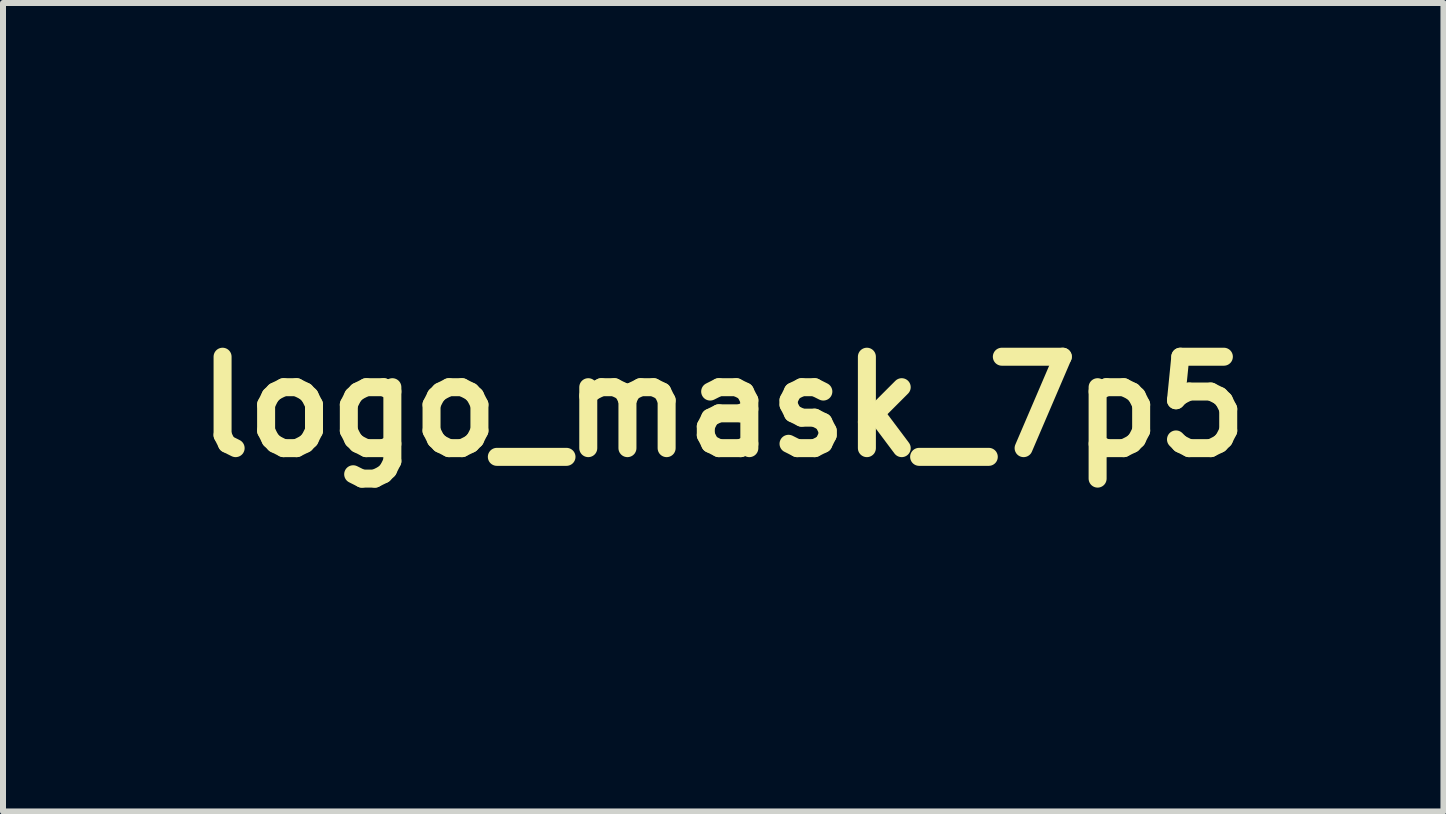
<source format=kicad_pcb>
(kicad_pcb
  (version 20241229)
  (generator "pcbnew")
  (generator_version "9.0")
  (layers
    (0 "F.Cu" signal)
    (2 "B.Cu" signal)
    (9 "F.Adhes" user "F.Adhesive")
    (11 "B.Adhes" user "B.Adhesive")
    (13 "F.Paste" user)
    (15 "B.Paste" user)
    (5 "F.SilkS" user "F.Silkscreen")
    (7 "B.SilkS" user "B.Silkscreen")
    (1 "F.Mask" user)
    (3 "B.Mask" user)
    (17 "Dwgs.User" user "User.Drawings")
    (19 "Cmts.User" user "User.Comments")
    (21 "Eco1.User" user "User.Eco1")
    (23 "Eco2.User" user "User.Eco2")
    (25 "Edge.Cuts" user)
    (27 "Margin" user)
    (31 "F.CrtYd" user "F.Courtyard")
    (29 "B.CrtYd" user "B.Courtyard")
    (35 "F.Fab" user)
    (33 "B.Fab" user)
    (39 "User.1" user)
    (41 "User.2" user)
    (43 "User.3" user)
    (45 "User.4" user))
  (footprint "logo_mask_7p5"
    (layer "F.Cu")
    (at 9.006 3.731)
    (property "Reference" "logo_mask_7p5" (at 0 0 0) (layer "F.SilkS") (effects (font (size 1.524 1.524) (thickness 0.3))))
    (attr through_hole)
    (fp_poly (pts (xy -0.684 -3.027) (xy -0.624 -2.983) (xy -0.59 -2.946) (xy -0.574 -2.91) (xy -0.568 -2.862) (xy -0.568 -2.837) (xy -0.568 -2.747) (xy -0.395 -2.577) (xy -0.222 -2.406) (xy 1.245 -2.406) (xy 1.709 -1.942) (xy 2.172 -1.479) (xy 2.172 -0.574) (xy 2.223 -0.526) (xy 2.272 -0.461) (xy 2.294 -0.391) (xy 2.291 -0.323) (xy 2.268 -0.259) (xy 2.228 -0.206) (xy 2.174 -0.168) (xy 2.109 -0.15) (xy 2.038 -0.156) (xy 1.977 -0.183) (xy 1.92 -0.234) (xy 1.883 -0.3) (xy 1.872 -0.36) (xy 1.872 -0.361) (xy 2.012 -0.361) (xy 2.02 -0.338) (xy 2.037 -0.319) (xy 2.067 -0.292) (xy 2.089 -0.286) (xy 2.118 -0.299) (xy 2.123 -0.301) (xy 2.15 -0.331) (xy 2.154 -0.369) (xy 2.14 -0.405) (xy 2.111 -0.429) (xy 2.079 -0.432) (xy 2.049 -0.414) (xy 2.027 -0.39) (xy 2.012 -0.361) (xy 1.872 -0.361) (xy 1.881 -0.414) (xy 1.904 -0.471) (xy 1.935 -0.517) (xy 1.957 -0.536) (xy 1.967 -0.543) (xy 1.974 -0.555) (xy 1.98 -0.577) (xy 1.984 -0.611) (xy 1.986 -0.663) (xy 1.988 -0.736) (xy 1.988 -0.835) (xy 1.989 -0.962) (xy 1.989 -1.379) (xy 1.566 -1.801) (xy 1.144 -2.223) (xy -0.31 -2.223) (xy -0.51 -2.423) (xy -0.587 -2.5) (xy -0.646 -2.555) (xy -0.69 -2.592) (xy -0.723 -2.614) (xy -0.747 -2.623) (xy -0.756 -2.624) (xy -0.838 -2.638) (xy -0.906 -2.676) (xy -0.954 -2.733) (xy -0.981 -2.802) (xy -0.981 -2.824) (xy -0.842 -2.824) (xy -0.835 -2.806) (xy -0.806 -2.781) (xy -0.765 -2.778) (xy -0.726 -2.796) (xy -0.712 -2.812) (xy -0.704 -2.85) (xy -0.723 -2.883) (xy -0.765 -2.903) (xy -0.773 -2.904) (xy -0.816 -2.896) (xy -0.841 -2.866) (xy -0.842 -2.824) (xy -0.981 -2.824) (xy -0.981 -2.878) (xy -0.953 -2.953) (xy -0.952 -2.955) (xy -0.899 -3.013) (xy -0.832 -3.045) (xy -0.758 -3.05) (xy -0.684 -3.027)) (stroke (width 0.01) (type solid)) (fill yes) (layer "F.Mask"))
    (fp_poly (pts (xy 0.309 -3.211) (xy 0.373 -3.173) (xy 0.407 -3.134) (xy 0.435 -3.091) (xy 1.379 -3.091) (xy 2.085 -2.385) (xy 2.791 -1.679) (xy 2.791 -1.408) (xy 2.791 -1.307) (xy 2.792 -1.234) (xy 2.795 -1.185) (xy 2.799 -1.153) (xy 2.807 -1.134) (xy 2.817 -1.124) (xy 2.824 -1.12) (xy 2.868 -1.079) (xy 2.896 -1.018) (xy 2.906 -0.946) (xy 2.897 -0.873) (xy 2.882 -0.835) (xy 2.838 -0.782) (xy 2.773 -0.749) (xy 2.699 -0.736) (xy 2.623 -0.746) (xy 2.586 -0.761) (xy 2.537 -0.805) (xy 2.505 -0.866) (xy 2.492 -0.937) (xy 2.493 -0.957) (xy 2.628 -0.957) (xy 2.63 -0.921) (xy 2.65 -0.895) (xy 2.687 -0.871) (xy 2.723 -0.879) (xy 2.75 -0.903) (xy 2.77 -0.936) (xy 2.764 -0.965) (xy 2.727 -1.006) (xy 2.689 -1.013) (xy 2.658 -0.995) (xy 2.628 -0.957) (xy 2.493 -0.957) (xy 2.497 -1.008) (xy 2.522 -1.07) (xy 2.566 -1.115) (xy 2.574 -1.12) (xy 2.587 -1.129) (xy 2.596 -1.145) (xy 2.602 -1.173) (xy 2.605 -1.219) (xy 2.607 -1.287) (xy 2.607 -1.358) (xy 2.607 -1.579) (xy 1.947 -2.239) (xy 1.287 -2.899) (xy 0.859 -2.905) (xy 0.728 -2.907) (xy 0.626 -2.907) (xy 0.55 -2.907) (xy 0.494 -2.905) (xy 0.456 -2.902) (xy 0.43 -2.897) (xy 0.412 -2.89) (xy 0.399 -2.881) (xy 0.395 -2.878) (xy 0.318 -2.827) (xy 0.235 -2.807) (xy 0.152 -2.818) (xy 0.116 -2.833) (xy 0.063 -2.878) (xy 0.029 -2.942) (xy 0.018 -3.008) (xy 0.154 -3.008) (xy 0.175 -2.975) (xy 0.213 -2.946) (xy 0.249 -2.948) (xy 0.275 -2.967) (xy 0.298 -3.004) (xy 0.29 -3.04) (xy 0.266 -3.067) (xy 0.227 -3.086) (xy 0.19 -3.072) (xy 0.161 -3.037) (xy 0.154 -3.008) (xy 0.018 -3.008) (xy 0.017 -3.015) (xy 0.028 -3.089) (xy 0.044 -3.124) (xy 0.095 -3.181) (xy 0.162 -3.215) (xy 0.236 -3.225) (xy 0.309 -3.211)) (stroke (width 0.01) (type solid)) (fill yes) (layer "F.Mask"))
    (fp_poly (pts (xy 1.412 1.112) (xy 1.476 1.142) (xy 1.524 1.194) (xy 1.529 1.203) (xy 1.553 1.28) (xy 1.55 1.357) (xy 1.523 1.425) (xy 1.476 1.479) (xy 1.411 1.513) (xy 1.355 1.521) (xy 1.336 1.523) (xy 1.314 1.534) (xy 1.286 1.555) (xy 1.249 1.589) (xy 1.199 1.641) (xy 1.134 1.713) (xy 1.074 1.779) (xy 0.844 2.038) (xy 0.339 2.038) (xy 0.196 2.039) (xy 0.082 2.039) (xy -0.006 2.04) (xy -0.072 2.042) (xy -0.118 2.045) (xy -0.15 2.049) (xy -0.169 2.055) (xy -0.181 2.062) (xy -0.187 2.069) (xy -0.244 2.121) (xy -0.317 2.15) (xy -0.396 2.154) (xy -0.47 2.131) (xy -0.528 2.082) (xy -0.56 2.012) (xy -0.567 1.955) (xy -0.432 1.955) (xy -0.407 1.997) (xy -0.369 2.018) (xy -0.331 2.006) (xy -0.307 1.978) (xy -0.293 1.95) (xy -0.3 1.924) (xy -0.315 1.904) (xy -0.342 1.877) (xy -0.368 1.875) (xy -0.391 1.884) (xy -0.426 1.915) (xy -0.432 1.955) (xy -0.567 1.955) (xy -0.568 1.943) (xy -0.558 1.863) (xy -0.524 1.804) (xy -0.468 1.763) (xy -0.389 1.739) (xy -0.31 1.744) (xy -0.237 1.776) (xy -0.187 1.825) (xy -0.173 1.836) (xy -0.145 1.845) (xy -0.103 1.851) (xy -0.042 1.854) (xy 0.04 1.855) (xy 0.147 1.854) (xy 0.28 1.851) (xy 0.443 1.845) (xy 0.479 1.844) (xy 0.766 1.833) (xy 0.954 1.619) (xy 1.023 1.54) (xy 1.073 1.482) (xy 1.106 1.44) (xy 1.126 1.408) (xy 1.136 1.383) (xy 1.139 1.358) (xy 1.139 1.331) (xy 1.139 1.33) (xy 1.139 1.32) (xy 1.274 1.32) (xy 1.294 1.353) (xy 1.329 1.382) (xy 1.359 1.381) (xy 1.39 1.359) (xy 1.417 1.324) (xy 1.412 1.291) (xy 1.386 1.261) (xy 1.347 1.242) (xy 1.309 1.256) (xy 1.28 1.291) (xy 1.274 1.32) (xy 1.139 1.32) (xy 1.143 1.263) (xy 1.16 1.206) (xy 1.16 1.205) (xy 1.206 1.15) (xy 1.268 1.116) (xy 1.34 1.103) (xy 1.412 1.112)) (stroke (width 0.01) (type solid)) (fill yes) (layer "F.Mask"))
    (fp_poly (pts (xy 0.815 -1.149) (xy 1.019 -0.944) (xy 1.019 -0.325) (xy 0.814 -0.121) (xy 0.609 0.084) (xy 0.339 0.084) (xy 0.238 0.084) (xy 0.165 0.085) (xy 0.115 0.088) (xy 0.083 0.092) (xy 0.065 0.1) (xy 0.054 0.11) (xy 0.05 0.117) (xy 0.008 0.164) (xy -0.053 0.191) (xy -0.123 0.199) (xy -0.193 0.188) (xy -0.256 0.159) (xy -0.303 0.111) (xy -0.309 0.101) (xy -0.334 0.021) (xy -0.333 -0.021) (xy -0.196 -0.021) (xy -0.194 0.015) (xy -0.174 0.041) (xy -0.137 0.064) (xy -0.101 0.056) (xy -0.074 0.032) (xy -0.054 -0.000468) (xy -0.06 -0.029) (xy -0.097 -0.07) (xy -0.135 -0.077) (xy -0.166 -0.059) (xy -0.196 -0.021) (xy -0.333 -0.021) (xy -0.331 -0.056) (xy -0.302 -0.125) (xy -0.251 -0.178) (xy -0.181 -0.21) (xy -0.124 -0.217) (xy -0.069 -0.208) (xy -0.012 -0.185) (xy 0.034 -0.154) (xy 0.056 -0.125) (xy 0.066 -0.115) (xy 0.089 -0.108) (xy 0.13 -0.103) (xy 0.194 -0.101) (xy 0.287 -0.1) (xy 0.297 -0.1) (xy 0.529 -0.1) (xy 0.682 -0.257) (xy 0.836 -0.413) (xy 0.836 -0.861) (xy 0.681 -1.015) (xy 0.526 -1.17) (xy -0.594 -1.17) (xy -0.748 -1.015) (xy -0.902 -0.86) (xy -0.902 0.845) (xy -0.747 0.999) (xy -0.593 1.153) (xy 0.527 1.153) (xy 0.64 1.04) (xy 0.752 0.927) (xy 0.752 0.829) (xy 0.753 0.806) (xy 0.888 0.806) (xy 0.896 0.849) (xy 0.913 0.872) (xy 0.943 0.897) (xy 0.969 0.897) (xy 1.002 0.869) (xy 1.004 0.868) (xy 1.027 0.84) (xy 1.026 0.817) (xy 1.014 0.797) (xy 0.977 0.762) (xy 0.936 0.756) (xy 0.91 0.769) (xy 0.888 0.806) (xy 0.753 0.806) (xy 0.754 0.771) (xy 0.763 0.733) (xy 0.785 0.7) (xy 0.809 0.675) (xy 0.851 0.639) (xy 0.891 0.622) (xy 0.943 0.618) (xy 1.031 0.63) (xy 1.097 0.664) (xy 1.142 0.724) (xy 1.144 0.728) (xy 1.166 0.807) (xy 1.159 0.883) (xy 1.127 0.95) (xy 1.073 1.001) (xy 1.001 1.029) (xy 0.99 1.031) (xy 0.959 1.038) (xy 0.928 1.052) (xy 0.892 1.078) (xy 0.846 1.119) (xy 0.784 1.18) (xy 0.767 1.197) (xy 0.611 1.354) (xy -0.677 1.354) (xy -0.882 1.149) (xy -1.086 0.944) (xy -1.086 -0.96) (xy -0.89 -1.157) (xy -0.694 -1.354) (xy 0.61 -1.354) (xy 0.815 -1.149)) (stroke (width 0.01) (type solid)) (fill yes) (layer "F.Mask"))
    (fp_poly (pts (xy 0.36 -3.71) (xy 0.705 -3.662) (xy 1.04 -3.583) (xy 1.364 -3.475) (xy 1.675 -3.338) (xy 1.971 -3.174) (xy 2.252 -2.983) (xy 2.514 -2.767) (xy 2.756 -2.526) (xy 2.977 -2.263) (xy 3.174 -1.977) (xy 3.347 -1.671) (xy 3.359 -1.646) (xy 3.498 -1.328) (xy 3.606 -1) (xy 3.683 -0.664) (xy 3.729 -0.324) (xy 3.743 0.019) (xy 3.727 0.361) (xy 3.68 0.701) (xy 3.601 1.036) (xy 3.492 1.363) (xy 3.368 1.646) (xy 3.2 1.954) (xy 3.005 2.242) (xy 2.787 2.509) (xy 2.546 2.753) (xy 2.285 2.973) (xy 2.004 3.168) (xy 1.707 3.337) (xy 1.393 3.479) (xy 1.066 3.592) (xy 0.726 3.675) (xy 0.398 3.726) (xy 0.295 3.734) (xy 0.169 3.738) (xy 0.031 3.74) (xy -0.11 3.739) (xy -0.244 3.735) (xy -0.36 3.728) (xy -0.409 3.724) (xy -0.741 3.67) (xy -1.07 3.585) (xy -1.393 3.471) (xy -1.704 3.329) (xy -2 3.162) (xy -2.275 2.971) (xy -2.331 2.927) (xy -2.591 2.698) (xy -2.826 2.449) (xy -3.034 2.182) (xy -3.216 1.899) (xy -3.371 1.602) (xy -3.499 1.294) (xy -3.599 0.977) (xy -3.67 0.652) (xy -3.713 0.321) (xy -3.722 0.1) (xy -3.498 0.1) (xy -3.017 0.1) (xy -2.69 0.425) (xy -2.69 0.83) (xy -2.69 0.957) (xy -2.689 1.056) (xy -2.688 1.128) (xy -2.685 1.18) (xy -2.681 1.215) (xy -2.675 1.237) (xy -2.668 1.25) (xy -2.66 1.257) (xy -2.608 1.313) (xy -2.58 1.382) (xy -2.576 1.457) (xy -2.596 1.528) (xy -2.639 1.588) (xy -2.677 1.615) (xy -2.737 1.633) (xy -2.81 1.635) (xy -2.878 1.619) (xy -2.891 1.612) (xy -2.946 1.567) (xy -2.98 1.504) (xy -2.991 1.431) (xy -2.99 1.429) (xy -2.857 1.429) (xy -2.845 1.461) (xy -2.815 1.491) (xy -2.784 1.504) (xy -2.757 1.493) (xy -2.733 1.471) (xy -2.713 1.445) (xy -2.715 1.422) (xy -2.73 1.396) (xy -2.757 1.366) (xy -2.781 1.354) (xy -2.815 1.367) (xy -2.845 1.397) (xy -2.857 1.429) (xy -2.99 1.429) (xy -2.979 1.356) (xy -2.945 1.287) (xy -2.909 1.249) (xy -2.897 1.238) (xy -2.889 1.223) (xy -2.883 1.201) (xy -2.878 1.166) (xy -2.876 1.113) (xy -2.875 1.04) (xy -2.874 0.94) (xy -2.874 0.865) (xy -2.874 0.511) (xy -2.987 0.397) (xy -3.099 0.284) (xy -3.287 0.284) (xy -3.366 0.284) (xy -3.42 0.285) (xy -3.454 0.294) (xy -3.471 0.315) (xy -3.475 0.353) (xy -3.468 0.413) (xy -3.454 0.501) (xy -3.451 0.525) (xy -3.384 0.854) (xy -3.287 1.173) (xy -3.161 1.479) (xy -3.007 1.771) (xy -2.827 2.046) (xy -2.622 2.304) (xy -2.394 2.542) (xy -2.145 2.758) (xy -1.875 2.95) (xy -1.586 3.117) (xy -1.281 3.257) (xy -1.212 3.284) (xy -1.077 3.33) (xy -0.926 3.374) (xy -0.77 3.414) (xy -0.62 3.447) (xy -0.486 3.47) (xy -0.451 3.474) (xy -0.376 3.483) (xy -0.307 3.491) (xy -0.257 3.498) (xy -0.242 3.5) (xy -0.191 3.503) (xy -0.114 3.504) (xy -0.018 3.503) (xy 0.09 3.5) (xy 0.202 3.495) (xy 0.311 3.488) (xy 0.41 3.481) (xy 0.492 3.472) (xy 0.526 3.468) (xy 0.621 3.453) (xy 0.685 3.442) (xy 0.721 3.429) (xy 0.731 3.412) (xy 0.717 3.386) (xy 0.683 3.348) (xy 0.633 3.299) (xy 0.511 3.175) (xy -0.102 3.175) (xy -0.264 3.175) (xy -0.395 3.176) (xy -0.499 3.177) (xy -0.579 3.178) (xy -0.638 3.181) (xy -0.679 3.184) (xy -0.705 3.188) (xy -0.719 3.194) (xy -0.725 3.2) (xy -0.751 3.232) (xy -0.799 3.263) (xy -0.855 3.285) (xy -0.902 3.292) (xy -0.978 3.276) (xy -1.043 3.235) (xy -1.092 3.174) (xy -1.118 3.101) (xy -1.118 3.093) (xy -0.966 3.093) (xy -0.95 3.13) (xy -0.943 3.136) (xy -0.914 3.154) (xy -0.902 3.158) (xy -0.882 3.15) (xy -0.862 3.136) (xy -0.84 3.105) (xy -0.84 3.067) (xy -0.857 3.033) (xy -0.886 3.012) (xy -0.922 3.013) (xy -0.932 3.018) (xy -0.96 3.051) (xy -0.966 3.093) (xy -1.118 3.093) (xy -1.12 3.074) (xy -1.107 3.015) (xy -1.076 2.956) (xy -1.035 2.91) (xy -1.018 2.899) (xy -0.971 2.883) (xy -0.912 2.875) (xy -0.895 2.874) (xy -0.842 2.879) (xy -0.8 2.896) (xy -0.754 2.933) (xy -0.689 2.991) (xy 0.609 2.991) (xy 0.797 3.179) (xy 0.985 3.366) (xy 1.115 3.324) (xy 1.245 3.282) (xy 1.253 2.264) (xy 1.437 2.264) (xy 1.437 2.728) (xy 1.437 2.848) (xy 1.438 2.957) (xy 1.44 3.05) (xy 1.442 3.123) (xy 1.444 3.172) (xy 1.447 3.191) (xy 1.447 3.192) (xy 1.465 3.185) (xy 1.506 3.165) (xy 1.564 3.136) (xy 1.622 3.107) (xy 1.788 3.022) (xy 1.788 2.498) (xy 2.03 2.256) (xy 2.273 2.014) (xy 2.273 0.877) (xy 2.504 0.646) (xy 2.584 0.565) (xy 2.643 0.504) (xy 2.685 0.459) (xy 2.71 0.425) (xy 2.724 0.401) (xy 2.728 0.381) (xy 2.728 0.37) (xy 2.729 0.354) (xy 2.875 0.354) (xy 2.89 0.391) (xy 2.922 0.415) (xy 2.941 0.418) (xy 2.976 0.407) (xy 2.988 0.398) (xy 3.008 0.359) (xy 3.004 0.32) (xy 2.98 0.29) (xy 2.944 0.276) (xy 2.908 0.284) (xy 2.88 0.314) (xy 2.875 0.354) (xy 2.729 0.354) (xy 2.733 0.303) (xy 2.762 0.236) (xy 2.808 0.181) (xy 2.827 0.168) (xy 2.902 0.139) (xy 2.979 0.139) (xy 3.051 0.165) (xy 3.108 0.215) (xy 3.136 0.262) (xy 3.153 0.342) (xy 3.137 0.419) (xy 3.089 0.49) (xy 3.083 0.496) (xy 3.04 0.533) (xy 2.998 0.549) (xy 2.955 0.551) (xy 2.928 0.552) (xy 2.904 0.557) (xy 2.879 0.57) (xy 2.848 0.592) (xy 2.807 0.629) (xy 2.751 0.683) (xy 2.678 0.756) (xy 2.473 0.96) (xy 2.473 2.098) (xy 2.223 2.348) (xy 1.972 2.598) (xy 1.972 2.744) (xy 1.973 2.81) (xy 1.975 2.86) (xy 1.979 2.888) (xy 1.981 2.891) (xy 1.998 2.881) (xy 2.035 2.856) (xy 2.086 2.819) (xy 2.127 2.788) (xy 2.211 2.72) (xy 2.309 2.633) (xy 2.415 2.533) (xy 2.521 2.426) (xy 2.622 2.32) (xy 2.711 2.221) (xy 2.782 2.136) (xy 2.788 2.127) (xy 2.891 1.991) (xy 2.891 1.223) (xy 2.841 1.17) (xy 2.794 1.102) (xy 2.781 1.034) (xy 2.928 1.034) (xy 2.948 1.066) (xy 2.986 1.083) (xy 3.006 1.083) (xy 3.038 1.073) (xy 3.049 1.045) (xy 3.05 1.03) (xy 3.039 0.983) (xy 3.011 0.957) (xy 2.974 0.957) (xy 2.962 0.963) (xy 2.932 0.996) (xy 2.928 1.034) (xy 2.781 1.034) (xy 2.78 1.029) (xy 2.797 0.948) (xy 2.804 0.932) (xy 2.849 0.867) (xy 2.911 0.825) (xy 2.983 0.809) (xy 3.057 0.819) (xy 3.126 0.857) (xy 3.142 0.872) (xy 3.185 0.935) (xy 3.203 1.009) (xy 3.196 1.084) (xy 3.165 1.15) (xy 3.132 1.184) (xy 3.115 1.199) (xy 3.104 1.216) (xy 3.097 1.241) (xy 3.093 1.282) (xy 3.092 1.343) (xy 3.092 1.431) (xy 3.093 1.646) (xy 3.157 1.521) (xy 3.237 1.346) (xy 3.311 1.147) (xy 3.377 0.937) (xy 3.43 0.723) (xy 3.468 0.525) (xy 3.478 0.443) (xy 3.489 0.34) (xy 3.497 0.229) (xy 3.504 0.124) (xy 3.504 0.121) (xy 3.514 -0.117) (xy 2.832 -0.117) (xy 2.385 0.33) (xy 1.938 0.777) (xy 1.938 1.763) (xy 1.688 2.014) (xy 1.437 2.264) (xy 1.253 2.264) (xy 1.254 2.163) (xy 1.738 1.68) (xy 1.738 0.693) (xy 2.235 0.196) (xy 2.732 -0.301) (xy 3.103 -0.301) (xy 3.219 -0.301) (xy 3.319 -0.303) (xy 3.399 -0.307) (xy 3.454 -0.311) (xy 3.482 -0.315) (xy 3.484 -0.317) (xy 3.486 -0.342) (xy 3.483 -0.394) (xy 3.473 -0.466) (xy 3.459 -0.552) (xy 3.442 -0.646) (xy 3.422 -0.742) (xy 3.401 -0.833) (xy 3.393 -0.862) (xy 3.291 -1.187) (xy 3.16 -1.497) (xy 3.001 -1.792) (xy 2.816 -2.069) (xy 2.606 -2.326) (xy 2.373 -2.562) (xy 2.119 -2.775) (xy 1.845 -2.964) (xy 1.552 -3.127) (xy 1.242 -3.261) (xy 1.23 -3.266) (xy 0.97 -3.353) (xy 0.717 -3.417) (xy 0.461 -3.458) (xy 0.193 -3.479) (xy 0.008 -3.483) (xy -0.273 -3.474) (xy -0.536 -3.446) (xy -0.79 -3.397) (xy -1.044 -3.325) (xy -1.213 -3.266) (xy -1.285 -3.238) (xy -1.367 -3.203) (xy -1.452 -3.164) (xy -1.535 -3.125) (xy -1.61 -3.088) (xy -1.673 -3.055) (xy -1.717 -3.03) (xy -1.737 -3.014) (xy -1.738 -3.012) (xy -1.726 -2.998) (xy -1.694 -2.963) (xy -1.642 -2.909) (xy -1.573 -2.838) (xy -1.49 -2.754) (xy -1.395 -2.658) (xy -1.29 -2.552) (xy -1.182 -2.444) (xy -0.627 -1.888) (xy 0.878 -1.888) (xy 1.224 -1.541) (xy 1.571 -1.195) (xy 1.571 0.004) (xy 1.629 0.069) (xy 1.674 0.138) (xy 1.691 0.209) (xy 1.683 0.276) (xy 1.654 0.336) (xy 1.609 0.384) (xy 1.552 0.417) (xy 1.486 0.431) (xy 1.417 0.42) (xy 1.347 0.381) (xy 1.334 0.37) (xy 1.293 0.314) (xy 1.274 0.244) (xy 1.274 0.234) (xy 1.414 0.234) (xy 1.421 0.252) (xy 1.45 0.277) (xy 1.491 0.28) (xy 1.53 0.263) (xy 1.544 0.246) (xy 1.552 0.208) (xy 1.533 0.175) (xy 1.491 0.155) (xy 1.482 0.154) (xy 1.44 0.162) (xy 1.415 0.192) (xy 1.414 0.234) (xy 1.274 0.234) (xy 1.277 0.171) (xy 1.301 0.104) (xy 1.345 0.052) (xy 1.354 0.046) (xy 1.363 0.039) (xy 1.37 0.029) (xy 1.376 0.011) (xy 1.38 -0.017) (xy 1.383 -0.059) (xy 1.385 -0.118) (xy 1.386 -0.198) (xy 1.387 -0.302) (xy 1.387 -0.435) (xy 1.387 -0.535) (xy 1.387 -1.095) (xy 1.09 -1.389) (xy 0.794 -1.684) (xy 0.033 -1.695) (xy -0.727 -1.705) (xy -1.93 -2.906) (xy -2.064 -2.806) (xy -2.122 -2.762) (xy -2.171 -2.724) (xy -2.204 -2.697) (xy -2.213 -2.689) (xy -2.207 -2.673) (xy -2.177 -2.634) (xy -2.124 -2.575) (xy -2.05 -2.496) (xy -1.956 -2.398) (xy -1.869 -2.31) (xy -1.508 -1.947) (xy -1.498 -0.802) (xy -1.496 -0.591) (xy -1.494 -0.376) (xy -1.493 -0.161) (xy -1.491 0.048) (xy -1.49 0.248) (xy -1.489 0.434) (xy -1.488 0.601) (xy -1.487 0.744) (xy -1.487 0.858) (xy -1.487 0.869) (xy -1.487 1.396) (xy -1.341 1.542) (xy -1.277 1.604) (xy -1.231 1.646) (xy -1.196 1.671) (xy -1.168 1.684) (xy -1.141 1.688) (xy -1.136 1.688) (xy -1.06 1.703) (xy -0.995 1.744) (xy -0.949 1.804) (xy -0.926 1.876) (xy -0.927 1.936) (xy -0.948 1.988) (xy -0.986 2.041) (xy -0.994 2.05) (xy -1.034 2.085) (xy -1.072 2.101) (xy -1.124 2.105) (xy -1.133 2.106) (xy -1.196 2.1) (xy -1.242 2.082) (xy -1.268 2.063) (xy -1.312 2.011) (xy -1.341 1.948) (xy -1.344 1.928) (xy -1.198 1.928) (xy -1.177 1.959) (xy -1.136 1.972) (xy -1.101 1.961) (xy -1.09 1.952) (xy -1.069 1.915) (xy -1.072 1.877) (xy -1.092 1.847) (xy -1.123 1.831) (xy -1.159 1.839) (xy -1.171 1.848) (xy -1.197 1.887) (xy -1.198 1.928) (xy -1.344 1.928) (xy -1.35 1.886) (xy -1.347 1.866) (xy -1.347 1.846) (xy -1.359 1.821) (xy -1.385 1.787) (xy -1.43 1.738) (xy -1.495 1.672) (xy -1.502 1.664) (xy -1.667 1.5) (xy -1.69 -0.092) (xy -2.398 -0.802) (xy -2.479 -0.802) (xy -2.534 -0.806) (xy -2.574 -0.822) (xy -2.615 -0.857) (xy -2.617 -0.859) (xy -2.652 -0.899) (xy -2.669 -0.936) (xy -2.674 -0.986) (xy -2.536 -0.986) (xy -2.522 -0.959) (xy -2.488 -0.94) (xy -2.447 -0.947) (xy -2.412 -0.98) (xy -2.411 -0.981) (xy -2.397 -1.009) (xy -2.404 -1.032) (xy -2.423 -1.053) (xy -2.451 -1.076) (xy -2.474 -1.077) (xy -2.495 -1.065) (xy -2.53 -1.027) (xy -2.536 -0.986) (xy -2.674 -0.986) (xy -2.674 -0.986) (xy -2.674 -1.002) (xy -2.663 -1.088) (xy -2.628 -1.152) (xy -2.572 -1.196) (xy -2.495 -1.219) (xy -2.42 -1.212) (xy -2.353 -1.181) (xy -2.299 -1.128) (xy -2.265 -1.058) (xy -2.256 -0.994) (xy -2.255 -0.972) (xy -2.25 -0.951) (xy -2.239 -0.928) (xy -2.218 -0.899) (xy -2.185 -0.861) (xy -2.137 -0.81) (xy -2.072 -0.743) (xy -1.985 -0.657) (xy -1.972 -0.643) (xy -1.688 -0.36) (xy -1.688 -1.847) (xy -2.035 -2.194) (xy -2.382 -2.54) (xy -2.511 -2.41) (xy -2.64 -2.28) (xy -2.409 -2.05) (xy -2.322 -1.964) (xy -2.254 -1.901) (xy -2.205 -1.858) (xy -2.172 -1.836) (xy -2.153 -1.83) (xy -2.151 -1.831) (xy -2.107 -1.833) (xy -2.051 -1.815) (xy -1.997 -1.783) (xy -1.964 -1.752) (xy -1.932 -1.69) (xy -1.921 -1.615) (xy -1.933 -1.538) (xy -1.946 -1.505) (xy -1.983 -1.462) (xy -2.039 -1.426) (xy -2.1 -1.406) (xy -2.121 -1.404) (xy -2.198 -1.419) (xy -2.264 -1.461) (xy -2.312 -1.524) (xy -2.337 -1.6) (xy -2.339 -1.62) (xy -2.198 -1.62) (xy -2.188 -1.586) (xy -2.158 -1.561) (xy -2.116 -1.555) (xy -2.078 -1.572) (xy -2.075 -1.574) (xy -2.056 -1.612) (xy -2.063 -1.648) (xy -2.09 -1.675) (xy -2.132 -1.684) (xy -2.145 -1.681) (xy -2.186 -1.658) (xy -2.198 -1.62) (xy -2.339 -1.62) (xy -2.339 -1.629) (xy -2.341 -1.654) (xy -2.347 -1.678) (xy -2.361 -1.703) (xy -2.386 -1.736) (xy -2.425 -1.78) (xy -2.483 -1.839) (xy -2.551 -1.908) (xy -2.763 -2.12) (xy -2.82 -2.045) (xy -2.908 -1.918) (xy -3 -1.768) (xy -3.09 -1.603) (xy -3.174 -1.433) (xy -3.246 -1.266) (xy -3.266 -1.213) (xy -3.295 -1.131) (xy -3.325 -1.038) (xy -3.354 -0.94) (xy -3.381 -0.845) (xy -3.403 -0.759) (xy -3.418 -0.69) (xy -3.425 -0.645) (xy -3.426 -0.639) (xy -3.426 -0.602) (xy -2.728 -0.602) (xy -2.434 -0.324) (xy -2.139 -0.046) (xy -2.139 1.913) (xy -1.826 2.227) (xy -1.513 2.54) (xy 0.282 2.54) (xy 0.33 2.491) (xy 0.398 2.444) (xy 0.473 2.429) (xy 0.557 2.447) (xy 0.573 2.453) (xy 0.623 2.481) (xy 0.655 2.515) (xy 0.677 2.563) (xy 0.694 2.612) (xy 0.698 2.648) (xy 0.689 2.686) (xy 0.678 2.714) (xy 0.636 2.787) (xy 0.575 2.833) (xy 0.519 2.851) (xy 0.453 2.851) (xy 0.385 2.829) (xy 0.329 2.792) (xy 0.32 2.781) (xy 0.288 2.741) (xy -1.579 2.741) (xy -1.649 2.67) (xy 0.42 2.67) (xy 0.424 2.683) (xy 0.447 2.702) (xy 0.484 2.706) (xy 0.521 2.694) (xy 0.534 2.683) (xy 0.549 2.643) (xy 0.535 2.603) (xy 0.514 2.584) (xy 0.476 2.575) (xy 0.443 2.592) (xy 0.422 2.627) (xy 0.42 2.67) (xy -1.649 2.67) (xy -1.959 2.36) (xy -2.339 1.98) (xy -2.339 0.036) (xy -2.816 -0.417) (xy -3.136 -0.417) (xy -3.248 -0.417) (xy -3.332 -0.416) (xy -3.391 -0.414) (xy -3.43 -0.41) (xy -3.453 -0.404) (xy -3.464 -0.396) (xy -3.465 -0.392) (xy -3.47 -0.366) (xy -3.475 -0.314) (xy -3.48 -0.243) (xy -3.485 -0.158) (xy -3.487 -0.133) (xy -3.498 0.1) (xy -3.722 0.1) (xy -3.727 -0.012) (xy -3.71 -0.346) (xy -3.664 -0.68) (xy -3.587 -1.01) (xy -3.479 -1.335) (xy -3.343 -1.646) (xy -3.172 -1.954) (xy -2.977 -2.241) (xy -2.758 -2.507) (xy -2.517 -2.749) (xy -2.256 -2.967) (xy -1.977 -3.16) (xy -1.682 -3.326) (xy -1.372 -3.465) (xy -1.049 -3.576) (xy -0.715 -3.657) (xy -0.371 -3.708) (xy -0.019 -3.726) (xy 0.008 -3.726) (xy 0.36 -3.71)) (stroke (width 0.01) (type solid)) (fill yes) (layer "F.Mask")))
  (gr_rect
    (start -3 -3)
    (end 21.012 10.477)
    (stroke (width 0.1) (type default))
    (fill no)
    (layer "Edge.Cuts")))
</source>
